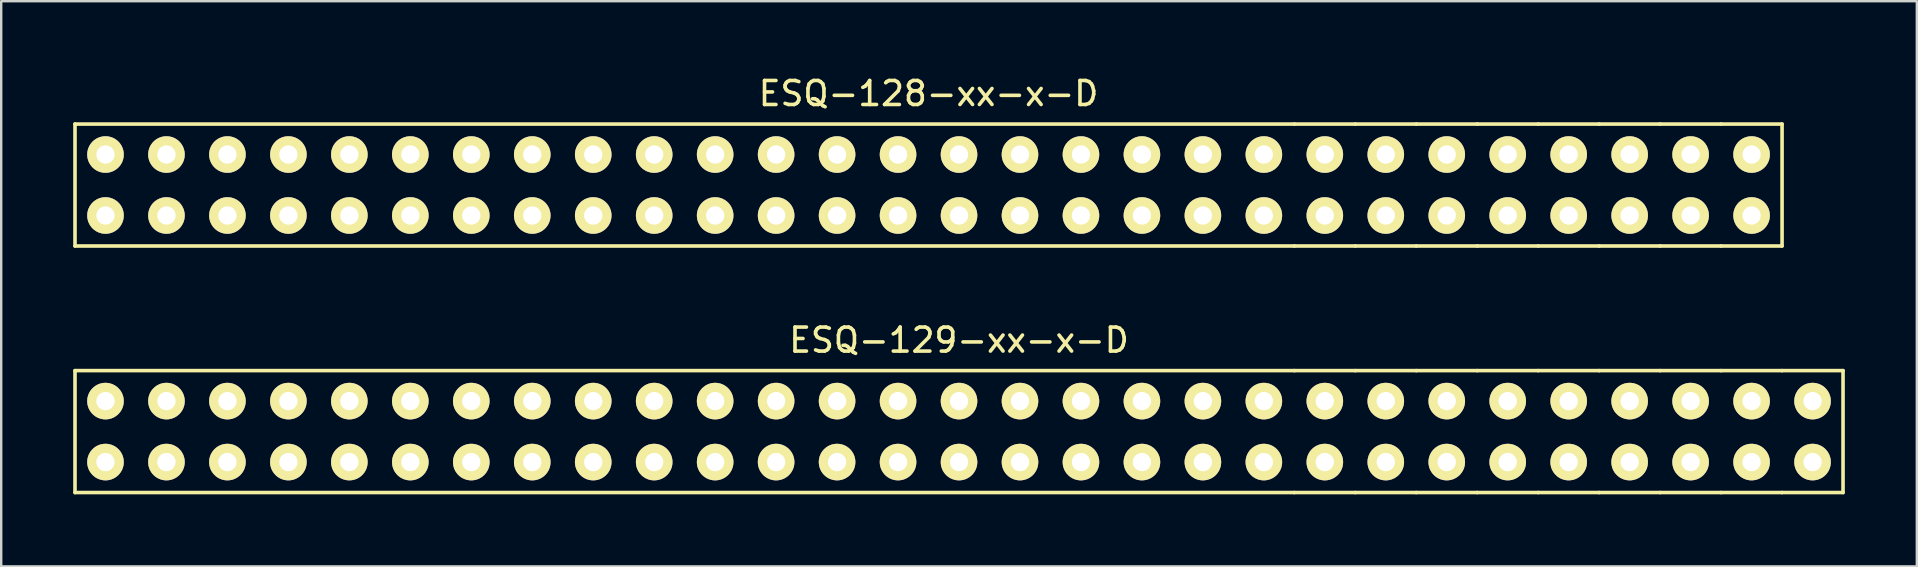
<source format=kicad_pcb>
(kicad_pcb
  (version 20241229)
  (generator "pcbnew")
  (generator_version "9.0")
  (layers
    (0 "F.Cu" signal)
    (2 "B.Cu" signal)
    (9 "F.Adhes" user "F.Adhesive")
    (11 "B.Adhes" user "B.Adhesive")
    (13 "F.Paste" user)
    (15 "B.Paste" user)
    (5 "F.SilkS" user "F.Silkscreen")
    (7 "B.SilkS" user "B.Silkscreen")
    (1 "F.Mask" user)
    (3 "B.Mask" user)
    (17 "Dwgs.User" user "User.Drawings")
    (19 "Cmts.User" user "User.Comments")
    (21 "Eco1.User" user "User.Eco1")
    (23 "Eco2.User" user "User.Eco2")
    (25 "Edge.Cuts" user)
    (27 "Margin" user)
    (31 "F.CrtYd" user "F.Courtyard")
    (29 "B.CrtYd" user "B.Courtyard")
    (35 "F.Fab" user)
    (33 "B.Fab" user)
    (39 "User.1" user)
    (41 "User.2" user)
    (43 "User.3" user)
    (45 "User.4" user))
  (footprint "ESQ-128-xx-x-D"
    (layer "F.Cu")
    (at 35.635 4.658)
    (property "Reference" "ESQ-128-xx-x-D" (at 0 -3.81 0) (layer "F.SilkS") (effects (font (size 1 1) (thickness 0.15))))
    (attr through_hole)
    (fp_line (start -35.56 -2.54) (end 15.24 -2.54) (stroke (width 0.15) (type solid)) (layer "F.SilkS"))
    (fp_line (start -35.56 2.54) (end -35.56 -2.54) (stroke (width 0.15) (type solid)) (layer "F.SilkS"))
    (fp_line (start 15.24 -2.54) (end 17.78 -2.54) (stroke (width 0.15) (type solid)) (layer "F.SilkS"))
    (fp_line (start 15.24 2.54) (end -35.56 2.54) (stroke (width 0.15) (type solid)) (layer "F.SilkS"))
    (fp_line (start 17.78 -2.54) (end 20.32 -2.54) (stroke (width 0.15) (type solid)) (layer "F.SilkS"))
    (fp_line (start 17.78 2.54) (end 15.24 2.54) (stroke (width 0.15) (type solid)) (layer "F.SilkS"))
    (fp_line (start 20.32 -2.54) (end 22.86 -2.54) (stroke (width 0.15) (type solid)) (layer "F.SilkS"))
    (fp_line (start 20.32 2.54) (end 17.78 2.54) (stroke (width 0.15) (type solid)) (layer "F.SilkS"))
    (fp_line (start 22.86 -2.54) (end 25.4 -2.54) (stroke (width 0.15) (type solid)) (layer "F.SilkS"))
    (fp_line (start 22.86 2.54) (end 20.32 2.54) (stroke (width 0.15) (type solid)) (layer "F.SilkS"))
    (fp_line (start 25.4 -2.54) (end 27.94 -2.54) (stroke (width 0.15) (type solid)) (layer "F.SilkS"))
    (fp_line (start 25.4 2.54) (end 22.86 2.54) (stroke (width 0.15) (type solid)) (layer "F.SilkS"))
    (fp_line (start 27.94 -2.54) (end 30.48 -2.54) (stroke (width 0.15) (type solid)) (layer "F.SilkS"))
    (fp_line (start 27.94 2.54) (end 25.4 2.54) (stroke (width 0.15) (type solid)) (layer "F.SilkS"))
    (fp_line (start 30.48 -2.54) (end 33.02 -2.54) (stroke (width 0.15) (type solid)) (layer "F.SilkS"))
    (fp_line (start 30.48 2.54) (end 27.94 2.54) (stroke (width 0.15) (type solid)) (layer "F.SilkS"))
    (fp_line (start 33.02 -2.54) (end 35.56 -2.54) (stroke (width 0.15) (type solid)) (layer "F.SilkS"))
    (fp_line (start 33.02 2.54) (end 30.48 2.54) (stroke (width 0.15) (type solid)) (layer "F.SilkS"))
    (fp_line (start 35.56 -2.54) (end 35.56 2.54) (stroke (width 0.15) (type solid)) (layer "F.SilkS"))
    (fp_line (start 35.56 2.54) (end 33.02 2.54) (stroke (width 0.15) (type solid)) (layer "F.SilkS"))
    (pad "1" thru_hole circle (at -34.29 -1.27) (size 1.524 1.524) (drill 0.762) (layers "*.Mask" "B.Cu" "F.SilkS"))
    (pad "2" thru_hole circle (at -34.29 1.27) (size 1.524 1.524) (drill 0.762) (layers "*.Mask" "B.Cu" "F.SilkS"))
    (pad "3" thru_hole circle (at -31.75 -1.27) (size 1.524 1.524) (drill 0.762) (layers "*.Mask" "B.Cu" "F.SilkS"))
    (pad "4" thru_hole circle (at -31.75 1.27) (size 1.524 1.524) (drill 0.762) (layers "*.Mask" "B.Cu" "F.SilkS"))
    (pad "5" thru_hole circle (at -29.21 -1.27) (size 1.524 1.524) (drill 0.762) (layers "*.Mask" "B.Cu" "F.SilkS"))
    (pad "6" thru_hole circle (at -29.21 1.27) (size 1.524 1.524) (drill 0.762) (layers "*.Mask" "B.Cu" "F.SilkS"))
    (pad "7" thru_hole circle (at -26.67 -1.27) (size 1.524 1.524) (drill 0.762) (layers "*.Mask" "B.Cu" "F.SilkS"))
    (pad "8" thru_hole circle (at -26.67 1.27) (size 1.524 1.524) (drill 0.762) (layers "*.Mask" "B.Cu" "F.SilkS"))
    (pad "9" thru_hole circle (at -24.13 -1.27) (size 1.524 1.524) (drill 0.762) (layers "*.Mask" "B.Cu" "F.SilkS"))
    (pad "10" thru_hole circle (at -24.13 1.27) (size 1.524 1.524) (drill 0.762) (layers "*.Mask" "B.Cu" "F.SilkS"))
    (pad "11" thru_hole circle (at -21.59 -1.27) (size 1.524 1.524) (drill 0.762) (layers "*.Mask" "B.Cu" "F.SilkS"))
    (pad "12" thru_hole circle (at -21.59 1.27) (size 1.524 1.524) (drill 0.762) (layers "*.Mask" "B.Cu" "F.SilkS"))
    (pad "13" thru_hole circle (at -19.05 -1.27) (size 1.524 1.524) (drill 0.762) (layers "*.Mask" "B.Cu" "F.SilkS"))
    (pad "14" thru_hole circle (at -19.05 1.27) (size 1.524 1.524) (drill 0.762) (layers "*.Mask" "B.Cu" "F.SilkS"))
    (pad "15" thru_hole circle (at -16.51 -1.27) (size 1.524 1.524) (drill 0.762) (layers "*.Mask" "B.Cu" "F.SilkS"))
    (pad "16" thru_hole circle (at -16.51 1.27) (size 1.524 1.524) (drill 0.762) (layers "*.Mask" "B.Cu" "F.SilkS"))
    (pad "17" thru_hole circle (at -13.97 -1.27) (size 1.524 1.524) (drill 0.762) (layers "*.Mask" "B.Cu" "F.SilkS"))
    (pad "18" thru_hole circle (at -13.97 1.27) (size 1.524 1.524) (drill 0.762) (layers "*.Mask" "B.Cu" "F.SilkS"))
    (pad "19" thru_hole circle (at -11.43 -1.27) (size 1.524 1.524) (drill 0.762) (layers "*.Mask" "B.Cu" "F.SilkS"))
    (pad "20" thru_hole circle (at -11.43 1.27) (size 1.524 1.524) (drill 0.762) (layers "*.Mask" "B.Cu" "F.SilkS"))
    (pad "21" thru_hole circle (at -8.89 -1.27) (size 1.524 1.524) (drill 0.762) (layers "*.Mask" "B.Cu" "F.SilkS"))
    (pad "22" thru_hole circle (at -8.89 1.27) (size 1.524 1.524) (drill 0.762) (layers "*.Mask" "B.Cu" "F.SilkS"))
    (pad "23" thru_hole circle (at -6.35 -1.27) (size 1.524 1.524) (drill 0.762) (layers "*.Mask" "B.Cu" "F.SilkS"))
    (pad "24" thru_hole circle (at -6.35 1.27) (size 1.524 1.524) (drill 0.762) (layers "*.Mask" "B.Cu" "F.SilkS"))
    (pad "25" thru_hole circle (at -3.81 -1.27) (size 1.524 1.524) (drill 0.762) (layers "*.Mask" "B.Cu" "F.SilkS"))
    (pad "26" thru_hole circle (at -3.81 1.27) (size 1.524 1.524) (drill 0.762) (layers "*.Mask" "B.Cu" "F.SilkS"))
    (pad "27" thru_hole circle (at -1.27 -1.27) (size 1.524 1.524) (drill 0.762) (layers "*.Mask" "B.Cu" "F.SilkS"))
    (pad "28" thru_hole circle (at -1.27 1.27) (size 1.524 1.524) (drill 0.762) (layers "*.Mask" "B.Cu" "F.SilkS"))
    (pad "29" thru_hole circle (at 1.27 -1.27) (size 1.524 1.524) (drill 0.762) (layers "*.Mask" "B.Cu" "F.SilkS"))
    (pad "30" thru_hole circle (at 1.27 1.27) (size 1.524 1.524) (drill 0.762) (layers "*.Mask" "B.Cu" "F.SilkS"))
    (pad "31" thru_hole circle (at 3.81 -1.27) (size 1.524 1.524) (drill 0.762) (layers "*.Mask" "B.Cu" "F.SilkS"))
    (pad "32" thru_hole circle (at 3.81 1.27) (size 1.524 1.524) (drill 0.762) (layers "*.Mask" "B.Cu" "F.SilkS"))
    (pad "33" thru_hole circle (at 6.35 -1.27) (size 1.524 1.524) (drill 0.762) (layers "*.Mask" "B.Cu" "F.SilkS"))
    (pad "34" thru_hole circle (at 6.35 1.27) (size 1.524 1.524) (drill 0.762) (layers "*.Mask" "B.Cu" "F.SilkS"))
    (pad "35" thru_hole circle (at 8.89 -1.27) (size 1.524 1.524) (drill 0.762) (layers "*.Mask" "B.Cu" "F.SilkS"))
    (pad "36" thru_hole circle (at 8.89 1.27) (size 1.524 1.524) (drill 0.762) (layers "*.Mask" "B.Cu" "F.SilkS"))
    (pad "37" thru_hole circle (at 11.43 -1.27) (size 1.524 1.524) (drill 0.762) (layers "*.Mask" "B.Cu" "F.SilkS"))
    (pad "38" thru_hole circle (at 11.43 1.27) (size 1.524 1.524) (drill 0.762) (layers "*.Mask" "B.Cu" "F.SilkS"))
    (pad "39" thru_hole circle (at 13.97 -1.27) (size 1.524 1.524) (drill 0.762) (layers "*.Mask" "B.Cu" "F.SilkS"))
    (pad "40" thru_hole circle (at 13.97 1.27) (size 1.524 1.524) (drill 0.762) (layers "*.Mask" "B.Cu" "F.SilkS"))
    (pad "41" thru_hole circle (at 16.51 -1.27) (size 1.524 1.524) (drill 0.762) (layers "*.Mask" "B.Cu" "F.SilkS"))
    (pad "42" thru_hole circle (at 16.51 1.27) (size 1.524 1.524) (drill 0.762) (layers "*.Mask" "B.Cu" "F.SilkS"))
    (pad "43" thru_hole circle (at 19.05 -1.27) (size 1.524 1.524) (drill 0.762) (layers "*.Mask" "B.Cu" "F.SilkS"))
    (pad "44" thru_hole circle (at 19.05 1.27) (size 1.524 1.524) (drill 0.762) (layers "*.Mask" "B.Cu" "F.SilkS"))
    (pad "45" thru_hole circle (at 21.59 -1.27) (size 1.524 1.524) (drill 0.762) (layers "*.Mask" "B.Cu" "F.SilkS"))
    (pad "46" thru_hole circle (at 21.59 1.27) (size 1.524 1.524) (drill 0.762) (layers "*.Mask" "B.Cu" "F.SilkS"))
    (pad "47" thru_hole circle (at 24.13 -1.27) (size 1.524 1.524) (drill 0.762) (layers "*.Mask" "B.Cu" "F.SilkS"))
    (pad "48" thru_hole circle (at 24.13 1.27) (size 1.524 1.524) (drill 0.762) (layers "*.Mask" "B.Cu" "F.SilkS"))
    (pad "49" thru_hole circle (at 26.67 -1.27) (size 1.524 1.524) (drill 0.762) (layers "*.Mask" "B.Cu" "F.SilkS"))
    (pad "50" thru_hole circle (at 26.67 1.27) (size 1.524 1.524) (drill 0.762) (layers "*.Mask" "B.Cu" "F.SilkS"))
    (pad "51" thru_hole circle (at 29.21 -1.27) (size 1.524 1.524) (drill 0.762) (layers "*.Mask" "B.Cu" "F.SilkS"))
    (pad "52" thru_hole circle (at 29.21 1.27) (size 1.524 1.524) (drill 0.762) (layers "*.Mask" "B.Cu" "F.SilkS"))
    (pad "53" thru_hole circle (at 31.75 -1.27) (size 1.524 1.524) (drill 0.762) (layers "*.Mask" "B.Cu" "F.SilkS"))
    (pad "54" thru_hole circle (at 31.75 1.27) (size 1.524 1.524) (drill 0.762) (layers "*.Mask" "B.Cu" "F.SilkS"))
    (pad "55" thru_hole circle (at 34.29 -1.27) (size 1.524 1.524) (drill 0.762) (layers "*.Mask" "B.Cu" "F.SilkS"))
    (pad "56" thru_hole circle (at 34.29 1.27) (size 1.524 1.524) (drill 0.762) (layers "*.Mask" "B.Cu" "F.SilkS")))
  (footprint "ESQ-129-xx-x-D"
    (layer "F.Cu")
    (at 36.905 14.931)
    (property "Reference" "ESQ-129-xx-x-D" (at 0 -3.81 0) (layer "F.SilkS") (effects (font (size 1 1) (thickness 0.15))))
    (attr through_hole)
    (fp_line (start -36.83 -2.54) (end 13.97 -2.54) (stroke (width 0.15) (type solid)) (layer "F.SilkS"))
    (fp_line (start -36.83 2.54) (end -36.83 -2.54) (stroke (width 0.15) (type solid)) (layer "F.SilkS"))
    (fp_line (start 13.97 -2.54) (end 16.51 -2.54) (stroke (width 0.15) (type solid)) (layer "F.SilkS"))
    (fp_line (start 13.97 2.54) (end -36.83 2.54) (stroke (width 0.15) (type solid)) (layer "F.SilkS"))
    (fp_line (start 16.51 -2.54) (end 19.05 -2.54) (stroke (width 0.15) (type solid)) (layer "F.SilkS"))
    (fp_line (start 16.51 2.54) (end 13.97 2.54) (stroke (width 0.15) (type solid)) (layer "F.SilkS"))
    (fp_line (start 19.05 -2.54) (end 21.59 -2.54) (stroke (width 0.15) (type solid)) (layer "F.SilkS"))
    (fp_line (start 19.05 2.54) (end 16.51 2.54) (stroke (width 0.15) (type solid)) (layer "F.SilkS"))
    (fp_line (start 21.59 -2.54) (end 24.13 -2.54) (stroke (width 0.15) (type solid)) (layer "F.SilkS"))
    (fp_line (start 21.59 2.54) (end 19.05 2.54) (stroke (width 0.15) (type solid)) (layer "F.SilkS"))
    (fp_line (start 24.13 -2.54) (end 26.67 -2.54) (stroke (width 0.15) (type solid)) (layer "F.SilkS"))
    (fp_line (start 24.13 2.54) (end 21.59 2.54) (stroke (width 0.15) (type solid)) (layer "F.SilkS"))
    (fp_line (start 26.67 -2.54) (end 29.21 -2.54) (stroke (width 0.15) (type solid)) (layer "F.SilkS"))
    (fp_line (start 26.67 2.54) (end 24.13 2.54) (stroke (width 0.15) (type solid)) (layer "F.SilkS"))
    (fp_line (start 29.21 -2.54) (end 31.75 -2.54) (stroke (width 0.15) (type solid)) (layer "F.SilkS"))
    (fp_line (start 29.21 2.54) (end 26.67 2.54) (stroke (width 0.15) (type solid)) (layer "F.SilkS"))
    (fp_line (start 31.75 -2.54) (end 34.29 -2.54) (stroke (width 0.15) (type solid)) (layer "F.SilkS"))
    (fp_line (start 31.75 2.54) (end 29.21 2.54) (stroke (width 0.15) (type solid)) (layer "F.SilkS"))
    (fp_line (start 34.29 -2.54) (end 36.83 -2.54) (stroke (width 0.15) (type solid)) (layer "F.SilkS"))
    (fp_line (start 34.29 2.54) (end 31.75 2.54) (stroke (width 0.15) (type solid)) (layer "F.SilkS"))
    (fp_line (start 36.83 -2.54) (end 36.83 2.54) (stroke (width 0.15) (type solid)) (layer "F.SilkS"))
    (fp_line (start 36.83 2.54) (end 34.29 2.54) (stroke (width 0.15) (type solid)) (layer "F.SilkS"))
    (pad "1" thru_hole circle (at -35.56 -1.27) (size 1.524 1.524) (drill 0.762) (layers "*.Mask" "B.Cu" "F.SilkS"))
    (pad "2" thru_hole circle (at -35.56 1.27) (size 1.524 1.524) (drill 0.762) (layers "*.Mask" "B.Cu" "F.SilkS"))
    (pad "3" thru_hole circle (at -33.02 -1.27) (size 1.524 1.524) (drill 0.762) (layers "*.Mask" "B.Cu" "F.SilkS"))
    (pad "4" thru_hole circle (at -33.02 1.27) (size 1.524 1.524) (drill 0.762) (layers "*.Mask" "B.Cu" "F.SilkS"))
    (pad "5" thru_hole circle (at -30.48 -1.27) (size 1.524 1.524) (drill 0.762) (layers "*.Mask" "B.Cu" "F.SilkS"))
    (pad "6" thru_hole circle (at -30.48 1.27) (size 1.524 1.524) (drill 0.762) (layers "*.Mask" "B.Cu" "F.SilkS"))
    (pad "7" thru_hole circle (at -27.94 -1.27) (size 1.524 1.524) (drill 0.762) (layers "*.Mask" "B.Cu" "F.SilkS"))
    (pad "8" thru_hole circle (at -27.94 1.27) (size 1.524 1.524) (drill 0.762) (layers "*.Mask" "B.Cu" "F.SilkS"))
    (pad "9" thru_hole circle (at -25.4 -1.27) (size 1.524 1.524) (drill 0.762) (layers "*.Mask" "B.Cu" "F.SilkS"))
    (pad "10" thru_hole circle (at -25.4 1.27) (size 1.524 1.524) (drill 0.762) (layers "*.Mask" "B.Cu" "F.SilkS"))
    (pad "11" thru_hole circle (at -22.86 -1.27) (size 1.524 1.524) (drill 0.762) (layers "*.Mask" "B.Cu" "F.SilkS"))
    (pad "12" thru_hole circle (at -22.86 1.27) (size 1.524 1.524) (drill 0.762) (layers "*.Mask" "B.Cu" "F.SilkS"))
    (pad "13" thru_hole circle (at -20.32 -1.27) (size 1.524 1.524) (drill 0.762) (layers "*.Mask" "B.Cu" "F.SilkS"))
    (pad "14" thru_hole circle (at -20.32 1.27) (size 1.524 1.524) (drill 0.762) (layers "*.Mask" "B.Cu" "F.SilkS"))
    (pad "15" thru_hole circle (at -17.78 -1.27) (size 1.524 1.524) (drill 0.762) (layers "*.Mask" "B.Cu" "F.SilkS"))
    (pad "16" thru_hole circle (at -17.78 1.27) (size 1.524 1.524) (drill 0.762) (layers "*.Mask" "B.Cu" "F.SilkS"))
    (pad "17" thru_hole circle (at -15.24 -1.27) (size 1.524 1.524) (drill 0.762) (layers "*.Mask" "B.Cu" "F.SilkS"))
    (pad "18" thru_hole circle (at -15.24 1.27) (size 1.524 1.524) (drill 0.762) (layers "*.Mask" "B.Cu" "F.SilkS"))
    (pad "19" thru_hole circle (at -12.7 -1.27) (size 1.524 1.524) (drill 0.762) (layers "*.Mask" "B.Cu" "F.SilkS"))
    (pad "20" thru_hole circle (at -12.7 1.27) (size 1.524 1.524) (drill 0.762) (layers "*.Mask" "B.Cu" "F.SilkS"))
    (pad "21" thru_hole circle (at -10.16 -1.27) (size 1.524 1.524) (drill 0.762) (layers "*.Mask" "B.Cu" "F.SilkS"))
    (pad "22" thru_hole circle (at -10.16 1.27) (size 1.524 1.524) (drill 0.762) (layers "*.Mask" "B.Cu" "F.SilkS"))
    (pad "23" thru_hole circle (at -7.62 -1.27) (size 1.524 1.524) (drill 0.762) (layers "*.Mask" "B.Cu" "F.SilkS"))
    (pad "24" thru_hole circle (at -7.62 1.27) (size 1.524 1.524) (drill 0.762) (layers "*.Mask" "B.Cu" "F.SilkS"))
    (pad "25" thru_hole circle (at -5.08 -1.27) (size 1.524 1.524) (drill 0.762) (layers "*.Mask" "B.Cu" "F.SilkS"))
    (pad "26" thru_hole circle (at -5.08 1.27) (size 1.524 1.524) (drill 0.762) (layers "*.Mask" "B.Cu" "F.SilkS"))
    (pad "27" thru_hole circle (at -2.54 -1.27) (size 1.524 1.524) (drill 0.762) (layers "*.Mask" "B.Cu" "F.SilkS"))
    (pad "28" thru_hole circle (at -2.54 1.27) (size 1.524 1.524) (drill 0.762) (layers "*.Mask" "B.Cu" "F.SilkS"))
    (pad "29" thru_hole circle (at 0 -1.27) (size 1.524 1.524) (drill 0.762) (layers "*.Mask" "B.Cu" "F.SilkS"))
    (pad "30" thru_hole circle (at 0 1.27) (size 1.524 1.524) (drill 0.762) (layers "*.Mask" "B.Cu" "F.SilkS"))
    (pad "31" thru_hole circle (at 2.54 -1.27) (size 1.524 1.524) (drill 0.762) (layers "*.Mask" "B.Cu" "F.SilkS"))
    (pad "32" thru_hole circle (at 2.54 1.27) (size 1.524 1.524) (drill 0.762) (layers "*.Mask" "B.Cu" "F.SilkS"))
    (pad "33" thru_hole circle (at 5.08 -1.27) (size 1.524 1.524) (drill 0.762) (layers "*.Mask" "B.Cu" "F.SilkS"))
    (pad "34" thru_hole circle (at 5.08 1.27) (size 1.524 1.524) (drill 0.762) (layers "*.Mask" "B.Cu" "F.SilkS"))
    (pad "35" thru_hole circle (at 7.62 -1.27) (size 1.524 1.524) (drill 0.762) (layers "*.Mask" "B.Cu" "F.SilkS"))
    (pad "36" thru_hole circle (at 7.62 1.27) (size 1.524 1.524) (drill 0.762) (layers "*.Mask" "B.Cu" "F.SilkS"))
    (pad "37" thru_hole circle (at 10.16 -1.27) (size 1.524 1.524) (drill 0.762) (layers "*.Mask" "B.Cu" "F.SilkS"))
    (pad "38" thru_hole circle (at 10.16 1.27) (size 1.524 1.524) (drill 0.762) (layers "*.Mask" "B.Cu" "F.SilkS"))
    (pad "39" thru_hole circle (at 12.7 -1.27) (size 1.524 1.524) (drill 0.762) (layers "*.Mask" "B.Cu" "F.SilkS"))
    (pad "40" thru_hole circle (at 12.7 1.27) (size 1.524 1.524) (drill 0.762) (layers "*.Mask" "B.Cu" "F.SilkS"))
    (pad "41" thru_hole circle (at 15.24 -1.27) (size 1.524 1.524) (drill 0.762) (layers "*.Mask" "B.Cu" "F.SilkS"))
    (pad "42" thru_hole circle (at 15.24 1.27) (size 1.524 1.524) (drill 0.762) (layers "*.Mask" "B.Cu" "F.SilkS"))
    (pad "43" thru_hole circle (at 17.78 -1.27) (size 1.524 1.524) (drill 0.762) (layers "*.Mask" "B.Cu" "F.SilkS"))
    (pad "44" thru_hole circle (at 17.78 1.27) (size 1.524 1.524) (drill 0.762) (layers "*.Mask" "B.Cu" "F.SilkS"))
    (pad "45" thru_hole circle (at 20.32 -1.27) (size 1.524 1.524) (drill 0.762) (layers "*.Mask" "B.Cu" "F.SilkS"))
    (pad "46" thru_hole circle (at 20.32 1.27) (size 1.524 1.524) (drill 0.762) (layers "*.Mask" "B.Cu" "F.SilkS"))
    (pad "47" thru_hole circle (at 22.86 -1.27) (size 1.524 1.524) (drill 0.762) (layers "*.Mask" "B.Cu" "F.SilkS"))
    (pad "48" thru_hole circle (at 22.86 1.27) (size 1.524 1.524) (drill 0.762) (layers "*.Mask" "B.Cu" "F.SilkS"))
    (pad "49" thru_hole circle (at 25.4 -1.27) (size 1.524 1.524) (drill 0.762) (layers "*.Mask" "B.Cu" "F.SilkS"))
    (pad "50" thru_hole circle (at 25.4 1.27) (size 1.524 1.524) (drill 0.762) (layers "*.Mask" "B.Cu" "F.SilkS"))
    (pad "51" thru_hole circle (at 27.94 -1.27) (size 1.524 1.524) (drill 0.762) (layers "*.Mask" "B.Cu" "F.SilkS"))
    (pad "52" thru_hole circle (at 27.94 1.27) (size 1.524 1.524) (drill 0.762) (layers "*.Mask" "B.Cu" "F.SilkS"))
    (pad "53" thru_hole circle (at 30.48 -1.27) (size 1.524 1.524) (drill 0.762) (layers "*.Mask" "B.Cu" "F.SilkS"))
    (pad "54" thru_hole circle (at 30.48 1.27) (size 1.524 1.524) (drill 0.762) (layers "*.Mask" "B.Cu" "F.SilkS"))
    (pad "55" thru_hole circle (at 33.02 -1.27) (size 1.524 1.524) (drill 0.762) (layers "*.Mask" "B.Cu" "F.SilkS"))
    (pad "56" thru_hole circle (at 33.02 1.27) (size 1.524 1.524) (drill 0.762) (layers "*.Mask" "B.Cu" "F.SilkS"))
    (pad "57" thru_hole circle (at 35.56 -1.27) (size 1.524 1.524) (drill 0.762) (layers "*.Mask" "B.Cu" "F.SilkS"))
    (pad "58" thru_hole circle (at 35.56 1.27) (size 1.524 1.524) (drill 0.762) (layers "*.Mask" "B.Cu" "F.SilkS")))
  (gr_rect
    (start -3 -3)
    (end 76.81 20.547)
    (stroke (width 0.1) (type default))
    (fill no)
    (layer "Edge.Cuts")))
</source>
